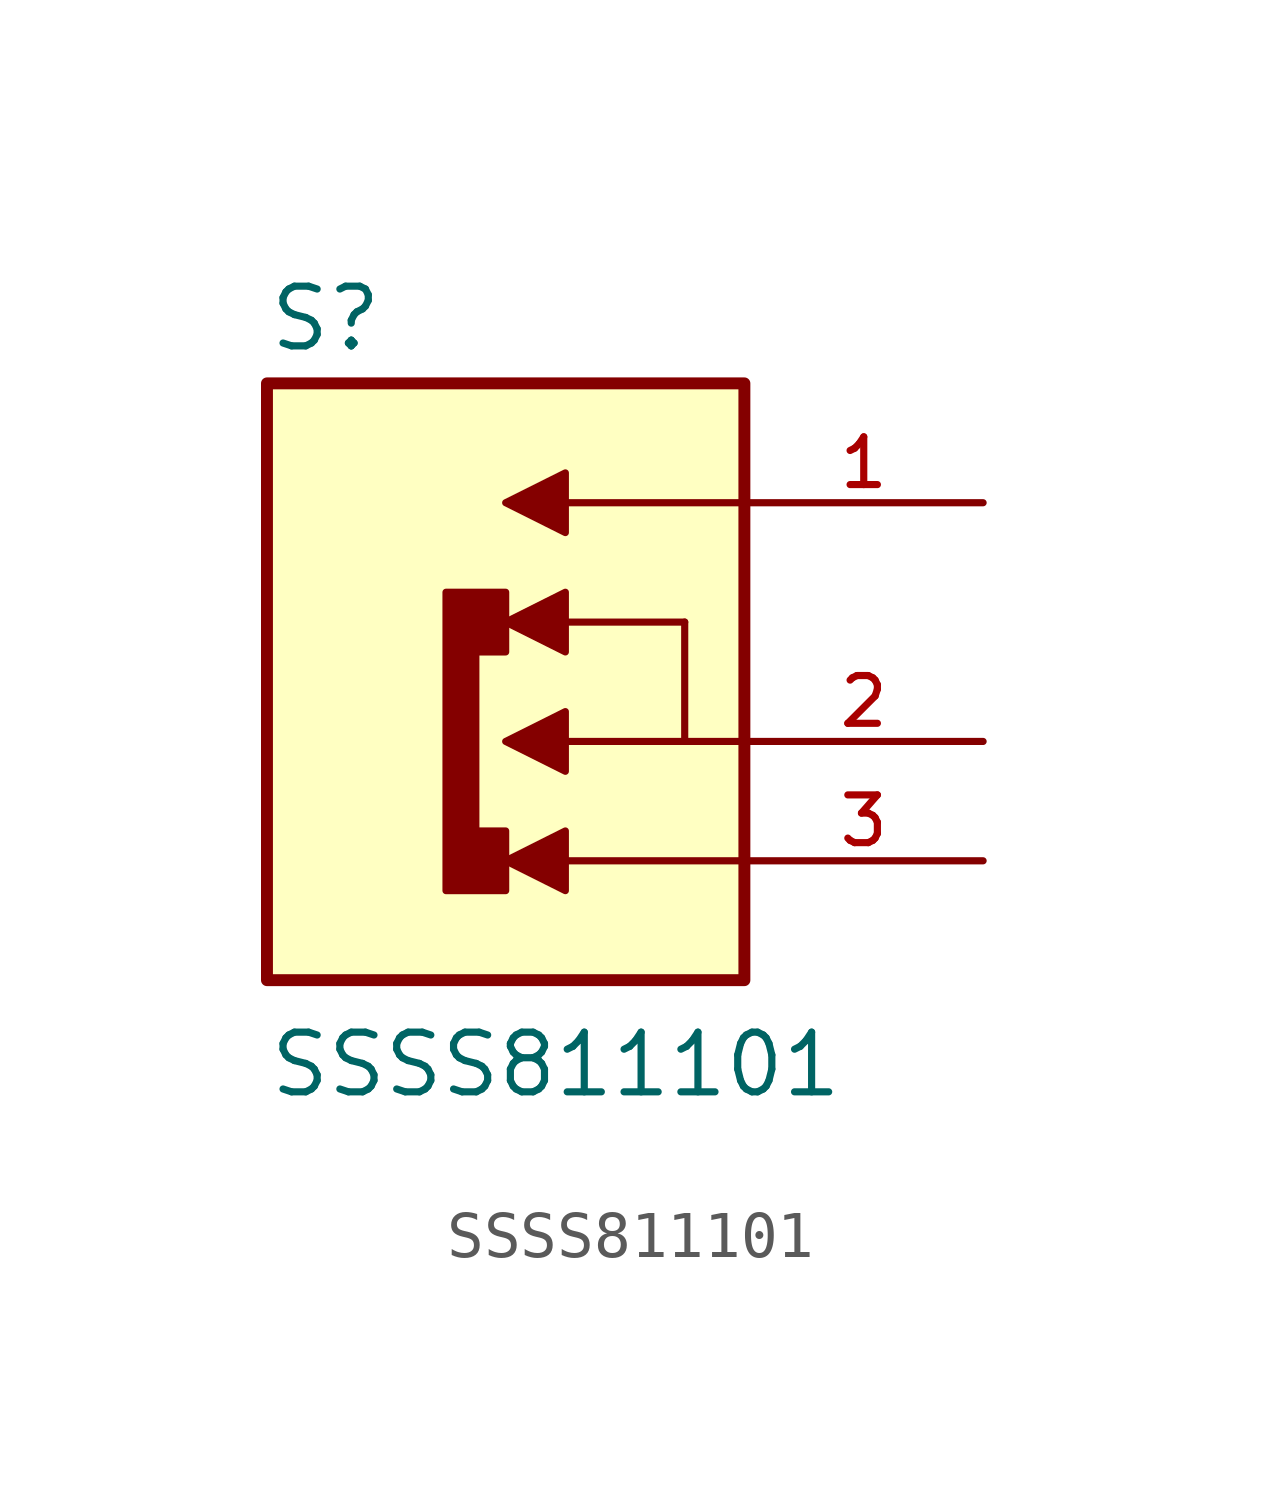
<source format=kicad_sym>
(kicad_symbol_lib
  (version 20231120)
  (generator "kicad_symbol_editor")
  (generator_version "8.0")
  (symbol "SSSS811101"
    (pin_names
      (offset 1.016))
    (property "Reference" "S"
      (at -5.08 5.715 0)
      (effects (font (size 1.27 1.27)) (justify left bottom)))
    (property "Value" "SSSS811101"
      (at -5.08 -10.16 0)
      (effects (font (size 1.27 1.27)) (justify left bottom)))
    (symbol "SSSS811101_0_0"
      (rectangle (start -5.08 -7.62) (end 5.08 5.08) (stroke (width 0.254) (type default)) (fill (type background)))
      (polyline (pts (xy 3.81 -2.54) (xy 1.27 -2.54)) (stroke (width 0.152) (type default)) (fill (type none)))
      (polyline (pts (xy 3.81 0) (xy 1.27 0)) (stroke (width 0.152) (type default)) (fill (type none)))
      (polyline (pts (xy 3.81 0) (xy 3.81 -2.54)) (stroke (width 0.152) (type default)) (fill (type none)))
      (polyline (pts (xy 5.08 -5.08) (xy 1.27 -5.08)) (stroke (width 0.152) (type default)) (fill (type none)))
      (polyline (pts (xy 5.08 -2.54) (xy 3.81 -2.54)) (stroke (width 0.152) (type default)) (fill (type none)))
      (polyline (pts (xy 5.08 2.54) (xy 1.27 2.54)) (stroke (width 0.152) (type default)) (fill (type none)))
      (polyline (pts (xy 1.27 -5.715) (xy 1.27 -4.445) (xy 0 -5.08) (xy 1.27 -5.715)) (stroke (width 0.152) (type default)) (fill (type outline)))
      (polyline (pts (xy 1.27 -3.175) (xy 1.27 -1.905) (xy 0 -2.54) (xy 1.27 -3.175)) (stroke (width 0.152) (type default)) (fill (type outline)))
      (polyline (pts (xy 1.27 -0.635) (xy 1.27 0.635) (xy 0 0) (xy 1.27 -0.635)) (stroke (width 0.152) (type default)) (fill (type outline)))
      (polyline (pts (xy 1.27 1.905) (xy 1.27 3.175) (xy 0 2.54) (xy 1.27 1.905)) (stroke (width 0.152) (type default)) (fill (type outline)))
      (polyline (pts (xy 0 -4.445) (xy 0 -5.715) (xy -1.27 -5.715) (xy -1.27 0.635) (xy 0 0.635) (xy 0 -0.635) (xy -0.635 -0.635) (xy -0.635 -4.445) (xy 0 -4.445)) (stroke (width 0.152) (type default)) (fill (type outline)))
      (pin passive line (at 10.16 2.54 180) (length 5.08) (name "~" (effects (font (size 1.016 1.016)))) (number "1" (effects (font (size 1.016 1.016)))))
      (pin passive line (at 10.16 -2.54 180) (length 5.08) (name "~" (effects (font (size 1.016 1.016)))) (number "2" (effects (font (size 1.016 1.016)))))
      (pin passive line (at 10.16 -5.08 180) (length 5.08) (name "~" (effects (font (size 1.016 1.016)))) (number "3" (effects (font (size 1.016 1.016))))))))
</source>
